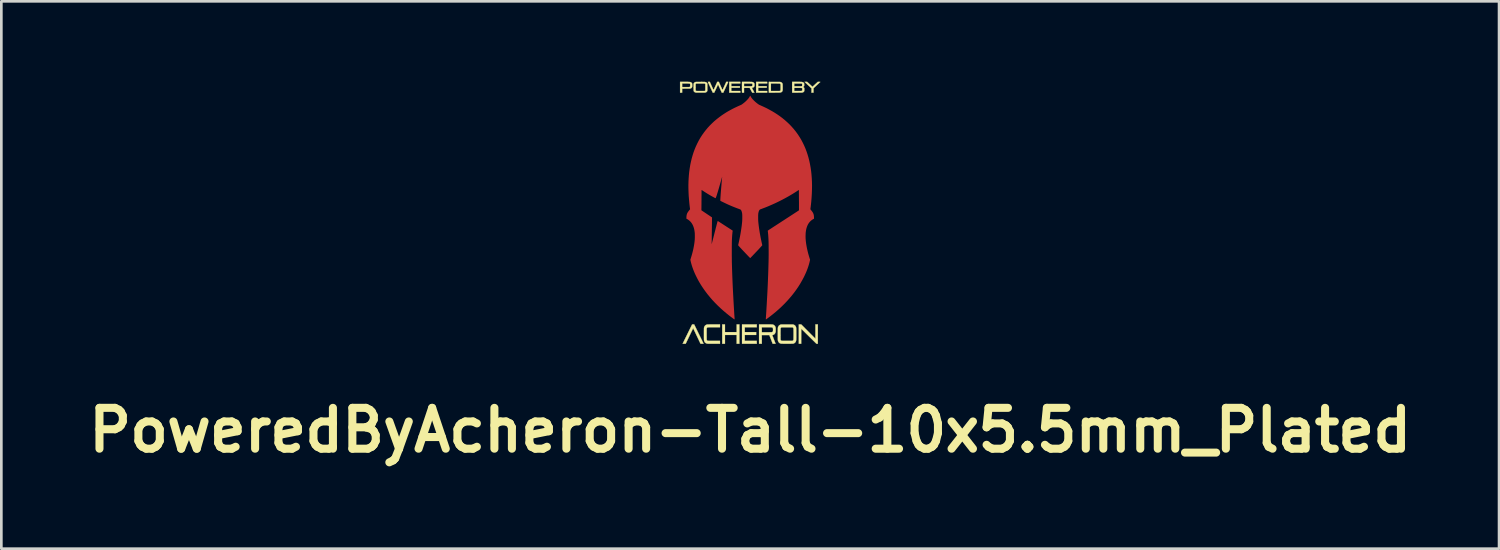
<source format=kicad_pcb>
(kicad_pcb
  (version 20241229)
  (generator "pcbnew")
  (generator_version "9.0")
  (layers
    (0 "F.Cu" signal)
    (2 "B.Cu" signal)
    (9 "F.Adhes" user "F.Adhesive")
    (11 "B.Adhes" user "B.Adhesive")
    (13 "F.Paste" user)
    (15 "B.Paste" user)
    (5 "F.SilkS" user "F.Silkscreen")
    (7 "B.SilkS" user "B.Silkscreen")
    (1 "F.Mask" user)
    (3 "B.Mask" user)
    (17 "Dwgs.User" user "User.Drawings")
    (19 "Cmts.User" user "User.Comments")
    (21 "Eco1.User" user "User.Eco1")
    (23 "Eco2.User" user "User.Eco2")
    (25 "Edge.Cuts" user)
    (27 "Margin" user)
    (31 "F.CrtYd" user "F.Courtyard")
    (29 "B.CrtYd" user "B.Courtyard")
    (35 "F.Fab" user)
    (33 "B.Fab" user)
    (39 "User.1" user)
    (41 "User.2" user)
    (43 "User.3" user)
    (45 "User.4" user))
  (footprint "PoweredByAcheron-Tall-10x5.5mm_Plated"
    (layer "F.Cu")
    (at 24.936 4.889)
    (property "Reference" "PoweredByAcheron-Tall-10x5.5mm_Plated" (at 0 8.11 0) (layer "F.SilkS") (effects (font (size 1.524 1.524) (thickness 0.3))))
    (attr through_hole)
    (fp_poly (pts (xy -0.942 4.45) (xy -0.505 4.45) (xy -0.505 4.163) (xy -0.404 4.163) (xy -0.404 4.884) (xy -0.505 4.884) (xy -0.505 4.556) (xy -0.942 4.556) (xy -0.942 4.884) (xy -1.044 4.884) (xy -1.044 4.163) (xy -0.942 4.163) (xy -0.942 4.45)) (stroke (width 0.01) (type solid)) (fill yes) (layer "F.SilkS"))
    (fp_poly (pts (xy 0.244 4.269) (xy -0.203 4.269) (xy -0.203 4.45) (xy 0.221 4.45) (xy 0.221 4.556) (xy -0.203 4.556) (xy -0.203 4.777) (xy 0.244 4.777) (xy 0.244 4.884) (xy -0.305 4.884) (xy -0.305 4.163) (xy 0.244 4.163) (xy 0.244 4.269)) (stroke (width 0.01) (type solid)) (fill yes) (layer "F.SilkS"))
    (fp_poly (pts (xy 0.632 -4.826) (xy 0.297 -4.826) (xy 0.297 -4.724) (xy 0.615 -4.724) (xy 0.615 -4.666) (xy 0.297 -4.666) (xy 0.297 -4.544) (xy 0.632 -4.544) (xy 0.632 -4.483) (xy 0.221 -4.483) (xy 0.221 -4.884) (xy 0.632 -4.884) (xy 0.632 -4.826)) (stroke (width 0.01) (type solid)) (fill yes) (layer "F.SilkS"))
    (fp_poly (pts (xy -0.371 -4.826) (xy -0.706 -4.826) (xy -0.706 -4.724) (xy -0.386 -4.724) (xy -0.387 -4.695) (xy -0.387 -4.667) (xy -0.706 -4.665) (xy -0.706 -4.544) (xy -0.371 -4.544) (xy -0.371 -4.483) (xy -0.782 -4.483) (xy -0.782 -4.884) (xy -0.371 -4.884) (xy -0.371 -4.826)) (stroke (width 0.01) (type solid)) (fill yes) (layer "F.SilkS"))
    (fp_poly (pts (xy 2.433 4.697) (xy 2.433 4.43) (xy 2.433 4.163) (xy 2.522 4.163) (xy 2.522 4.884) (xy 2.496 4.883) (xy 2.47 4.883) (xy 2.187 4.604) (xy 1.904 4.325) (xy 1.903 4.604) (xy 1.902 4.884) (xy 1.813 4.884) (xy 1.813 4.163) (xy 1.857 4.163) (xy 1.901 4.163) (xy 2.433 4.697)) (stroke (width 0.01) (type solid)) (fill yes) (layer "F.SilkS"))
    (fp_poly (pts (xy 2.215 -4.801) (xy 2.233 -4.784) (xy 2.251 -4.768) (xy 2.267 -4.753) (xy 2.281 -4.74) (xy 2.294 -4.728) (xy 2.303 -4.719) (xy 2.31 -4.713) (xy 2.314 -4.71) (xy 2.323 -4.701) (xy 2.421 -4.793) (xy 2.52 -4.884) (xy 2.569 -4.884) (xy 2.585 -4.884) (xy 2.598 -4.884) (xy 2.606 -4.883) (xy 2.611 -4.883) (xy 2.613 -4.882) (xy 2.614 -4.881) (xy 2.612 -4.88) (xy 2.612 -4.879) (xy 2.609 -4.877) (xy 2.603 -4.871) (xy 2.594 -4.863) (xy 2.582 -4.852) (xy 2.567 -4.839) (xy 2.551 -4.823) (xy 2.533 -4.806) (xy 2.513 -4.788) (xy 2.492 -4.769) (xy 2.484 -4.761) (xy 2.362 -4.647) (xy 2.361 -4.566) (xy 2.361 -4.484) (xy 2.323 -4.483) (xy 2.286 -4.483) (xy 2.286 -4.645) (xy 2.251 -4.677) (xy 2.241 -4.686) (xy 2.229 -4.698) (xy 2.214 -4.712) (xy 2.197 -4.728) (xy 2.178 -4.745) (xy 2.159 -4.763) (xy 2.14 -4.78) (xy 2.131 -4.789) (xy 2.113 -4.805) (xy 2.096 -4.821) (xy 2.08 -4.835) (xy 2.067 -4.848) (xy 2.055 -4.859) (xy 2.046 -4.867) (xy 2.039 -4.873) (xy 2.037 -4.875) (xy 2.028 -4.884) (xy 2.125 -4.884) (xy 2.215 -4.801)) (stroke (width 0.01) (type solid)) (fill yes) (layer "F.SilkS"))
    (fp_poly (pts (xy -1.917 4.52) (xy -1.897 4.56) (xy -1.878 4.599) (xy -1.86 4.636) (xy -1.842 4.672) (xy -1.826 4.705) (xy -1.81 4.737) (xy -1.796 4.766) (xy -1.783 4.792) (xy -1.772 4.816) (xy -1.762 4.836) (xy -1.754 4.853) (xy -1.748 4.866) (xy -1.743 4.875) (xy -1.741 4.88) (xy -1.741 4.88) (xy -1.741 4.882) (xy -1.743 4.882) (xy -1.748 4.883) (xy -1.756 4.884) (xy -1.767 4.884) (xy -1.783 4.884) (xy -1.796 4.884) (xy -1.853 4.884) (xy -1.99 4.595) (xy -2.007 4.559) (xy -2.024 4.524) (xy -2.039 4.491) (xy -2.054 4.46) (xy -2.068 4.43) (xy -2.081 4.404) (xy -2.093 4.38) (xy -2.103 4.359) (xy -2.112 4.341) (xy -2.119 4.326) (xy -2.124 4.316) (xy -2.127 4.309) (xy -2.129 4.307) (xy -2.129 4.307) (xy -2.13 4.31) (xy -2.134 4.316) (xy -2.139 4.327) (xy -2.146 4.342) (xy -2.155 4.36) (xy -2.165 4.381) (xy -2.177 4.405) (xy -2.19 4.432) (xy -2.204 4.461) (xy -2.219 4.492) (xy -2.235 4.525) (xy -2.252 4.56) (xy -2.269 4.596) (xy -2.269 4.596) (xy -2.407 4.883) (xy -2.463 4.883) (xy -2.48 4.883) (xy -2.494 4.883) (xy -2.506 4.883) (xy -2.514 4.883) (xy -2.519 4.882) (xy -2.519 4.882) (xy -2.518 4.88) (xy -2.515 4.873) (xy -2.51 4.862) (xy -2.503 4.847) (xy -2.494 4.829) (xy -2.483 4.808) (xy -2.471 4.783) (xy -2.458 4.755) (xy -2.443 4.725) (xy -2.427 4.693) (xy -2.41 4.658) (xy -2.392 4.622) (xy -2.373 4.584) (xy -2.354 4.545) (xy -2.343 4.522) (xy -2.167 4.164) (xy -2.129 4.163) (xy -2.091 4.163) (xy -1.917 4.52)) (stroke (width 0.01) (type solid)) (fill yes) (layer "F.SilkS"))
    (fp_poly (pts (xy -2.439 -4.884) (xy -2.402 -4.884) (xy -2.371 -4.884) (xy -2.343 -4.884) (xy -2.32 -4.884) (xy -2.3 -4.883) (xy -2.283 -4.883) (xy -2.269 -4.882) (xy -2.258 -4.881) (xy -2.248 -4.88) (xy -2.24 -4.879) (xy -2.233 -4.878) (xy -2.227 -4.876) (xy -2.222 -4.874) (xy -2.216 -4.871) (xy -2.211 -4.869) (xy -2.21 -4.869) (xy -2.195 -4.859) (xy -2.182 -4.846) (xy -2.171 -4.832) (xy -2.167 -4.822) (xy -2.165 -4.813) (xy -2.164 -4.801) (xy -2.163 -4.785) (xy -2.162 -4.768) (xy -2.162 -4.75) (xy -2.163 -4.733) (xy -2.164 -4.717) (xy -2.165 -4.704) (xy -2.167 -4.695) (xy -2.167 -4.694) (xy -2.176 -4.676) (xy -2.189 -4.661) (xy -2.205 -4.649) (xy -2.206 -4.648) (xy -2.212 -4.645) (xy -2.218 -4.642) (xy -2.224 -4.64) (xy -2.23 -4.638) (xy -2.237 -4.637) (xy -2.246 -4.635) (xy -2.256 -4.634) (xy -2.269 -4.634) (xy -2.284 -4.633) (xy -2.303 -4.633) (xy -2.325 -4.633) (xy -2.351 -4.633) (xy -2.381 -4.633) (xy -2.397 -4.633) (xy -2.54 -4.632) (xy -2.54 -4.483) (xy -2.616 -4.483) (xy -2.616 -4.691) (xy -2.54 -4.691) (xy -2.407 -4.691) (xy -2.377 -4.691) (xy -2.352 -4.691) (xy -2.331 -4.691) (xy -2.314 -4.691) (xy -2.3 -4.692) (xy -2.289 -4.692) (xy -2.281 -4.692) (xy -2.274 -4.693) (xy -2.269 -4.694) (xy -2.265 -4.694) (xy -2.262 -4.695) (xy -2.262 -4.695) (xy -2.254 -4.698) (xy -2.248 -4.702) (xy -2.244 -4.706) (xy -2.242 -4.712) (xy -2.24 -4.721) (xy -2.239 -4.734) (xy -2.239 -4.75) (xy -2.239 -4.757) (xy -2.239 -4.775) (xy -2.239 -4.788) (xy -2.241 -4.798) (xy -2.243 -4.805) (xy -2.246 -4.81) (xy -2.251 -4.814) (xy -2.257 -4.818) (xy -2.259 -4.819) (xy -2.262 -4.82) (xy -2.264 -4.821) (xy -2.268 -4.822) (xy -2.272 -4.823) (xy -2.278 -4.823) (xy -2.287 -4.824) (xy -2.297 -4.824) (xy -2.311 -4.824) (xy -2.328 -4.824) (xy -2.348 -4.825) (xy -2.373 -4.825) (xy -2.403 -4.825) (xy -2.405 -4.825) (xy -2.54 -4.826) (xy -2.54 -4.691) (xy -2.616 -4.691) (xy -2.616 -4.884) (xy -2.439 -4.884)) (stroke (width 0.01) (type solid)) (fill yes) (layer "F.SilkS"))
    (fp_poly (pts (xy 0.906 -4.883) (xy 1.116 -4.883) (xy 1.137 -4.876) (xy 1.159 -4.868) (xy 1.176 -4.857) (xy 1.189 -4.845) (xy 1.199 -4.829) (xy 1.205 -4.815) (xy 1.206 -4.811) (xy 1.207 -4.806) (xy 1.208 -4.802) (xy 1.209 -4.795) (xy 1.209 -4.788) (xy 1.21 -4.778) (xy 1.21 -4.765) (xy 1.21 -4.749) (xy 1.211 -4.73) (xy 1.211 -4.706) (xy 1.211 -4.694) (xy 1.211 -4.664) (xy 1.211 -4.639) (xy 1.211 -4.618) (xy 1.211 -4.601) (xy 1.21 -4.586) (xy 1.209 -4.575) (xy 1.208 -4.565) (xy 1.206 -4.557) (xy 1.204 -4.549) (xy 1.202 -4.543) (xy 1.201 -4.541) (xy 1.194 -4.529) (xy 1.183 -4.517) (xy 1.17 -4.507) (xy 1.157 -4.499) (xy 1.152 -4.497) (xy 1.146 -4.494) (xy 1.141 -4.492) (xy 1.135 -4.491) (xy 1.129 -4.489) (xy 1.121 -4.488) (xy 1.113 -4.487) (xy 1.102 -4.486) (xy 1.089 -4.486) (xy 1.074 -4.485) (xy 1.055 -4.485) (xy 1.034 -4.484) (xy 1.009 -4.484) (xy 0.98 -4.484) (xy 0.947 -4.484) (xy 0.909 -4.483) (xy 0.901 -4.483) (xy 0.696 -4.482) (xy 0.696 -4.543) (xy 0.772 -4.543) (xy 0.935 -4.544) (xy 1.098 -4.545) (xy 1.111 -4.551) (xy 1.116 -4.554) (xy 1.121 -4.556) (xy 1.124 -4.559) (xy 1.127 -4.563) (xy 1.13 -4.567) (xy 1.131 -4.574) (xy 1.132 -4.583) (xy 1.133 -4.594) (xy 1.134 -4.608) (xy 1.134 -4.626) (xy 1.134 -4.648) (xy 1.134 -4.674) (xy 1.134 -4.683) (xy 1.134 -4.711) (xy 1.134 -4.733) (xy 1.134 -4.752) (xy 1.133 -4.767) (xy 1.133 -4.779) (xy 1.132 -4.788) (xy 1.131 -4.795) (xy 1.129 -4.8) (xy 1.127 -4.804) (xy 1.125 -4.807) (xy 1.122 -4.81) (xy 1.119 -4.813) (xy 1.116 -4.815) (xy 1.113 -4.817) (xy 1.109 -4.818) (xy 1.105 -4.82) (xy 1.099 -4.821) (xy 1.092 -4.822) (xy 1.083 -4.823) (xy 1.071 -4.823) (xy 1.057 -4.824) (xy 1.039 -4.824) (xy 1.018 -4.824) (xy 0.993 -4.824) (xy 0.964 -4.825) (xy 0.933 -4.825) (xy 0.772 -4.826) (xy 0.772 -4.543) (xy 0.696 -4.543) (xy 0.696 -4.884) (xy 0.906 -4.883)) (stroke (width 0.01) (type solid)) (fill yes) (layer "F.SilkS"))
    (fp_poly (pts (xy -0.089 -4.884) (xy -0.058 -4.884) (xy -0.031 -4.884) (xy -0.008 -4.884) (xy 0.011 -4.883) (xy 0.027 -4.883) (xy 0.04 -4.883) (xy 0.051 -4.883) (xy 0.06 -4.882) (xy 0.067 -4.882) (xy 0.072 -4.881) (xy 0.077 -4.88) (xy 0.078 -4.88) (xy 0.102 -4.873) (xy 0.122 -4.863) (xy 0.138 -4.85) (xy 0.149 -4.833) (xy 0.152 -4.828) (xy 0.155 -4.823) (xy 0.156 -4.818) (xy 0.158 -4.812) (xy 0.158 -4.805) (xy 0.159 -4.795) (xy 0.159 -4.782) (xy 0.159 -4.773) (xy 0.159 -4.758) (xy 0.158 -4.747) (xy 0.158 -4.738) (xy 0.157 -4.732) (xy 0.156 -4.727) (xy 0.153 -4.721) (xy 0.152 -4.718) (xy 0.143 -4.702) (xy 0.133 -4.69) (xy 0.12 -4.681) (xy 0.104 -4.673) (xy 0.084 -4.667) (xy 0.062 -4.662) (xy 0.107 -4.575) (xy 0.118 -4.556) (xy 0.127 -4.538) (xy 0.135 -4.522) (xy 0.143 -4.508) (xy 0.148 -4.497) (xy 0.152 -4.49) (xy 0.154 -4.486) (xy 0.154 -4.486) (xy 0.154 -4.485) (xy 0.15 -4.484) (xy 0.143 -4.483) (xy 0.133 -4.483) (xy 0.118 -4.483) (xy 0.115 -4.483) (xy 0.075 -4.483) (xy -0.02 -4.662) (xy -0.23 -4.662) (xy -0.231 -4.572) (xy -0.231 -4.483) (xy -0.268 -4.483) (xy -0.281 -4.483) (xy -0.292 -4.483) (xy -0.3 -4.484) (xy -0.305 -4.484) (xy -0.306 -4.484) (xy -0.306 -4.487) (xy -0.306 -4.495) (xy -0.306 -4.506) (xy -0.307 -4.522) (xy -0.307 -4.541) (xy -0.307 -4.563) (xy -0.307 -4.588) (xy -0.307 -4.616) (xy -0.307 -4.645) (xy -0.307 -4.676) (xy -0.307 -4.685) (xy -0.307 -4.721) (xy -0.231 -4.721) (xy -0.092 -4.721) (xy -0.062 -4.722) (xy -0.036 -4.722) (xy -0.014 -4.722) (xy 0.004 -4.722) (xy 0.018 -4.722) (xy 0.03 -4.722) (xy 0.039 -4.723) (xy 0.046 -4.723) (xy 0.051 -4.724) (xy 0.055 -4.725) (xy 0.059 -4.726) (xy 0.059 -4.726) (xy 0.069 -4.73) (xy 0.075 -4.735) (xy 0.08 -4.742) (xy 0.082 -4.752) (xy 0.083 -4.766) (xy 0.083 -4.769) (xy 0.083 -4.785) (xy 0.082 -4.797) (xy 0.079 -4.806) (xy 0.074 -4.812) (xy 0.067 -4.818) (xy 0.066 -4.818) (xy 0.055 -4.824) (xy -0.23 -4.824) (xy -0.231 -4.773) (xy -0.231 -4.721) (xy -0.307 -4.721) (xy -0.307 -4.884) (xy -0.124 -4.884) (xy -0.089 -4.884)) (stroke (width 0.01) (type solid)) (fill yes) (layer "F.SilkS"))
    (fp_poly (pts (xy -1.128 4.269) (xy -1.356 4.27) (xy -1.584 4.271) (xy -1.594 4.276) (xy -1.607 4.286) (xy -1.617 4.299) (xy -1.622 4.311) (xy -1.622 4.314) (xy -1.623 4.318) (xy -1.624 4.323) (xy -1.624 4.33) (xy -1.624 4.338) (xy -1.625 4.349) (xy -1.625 4.363) (xy -1.625 4.379) (xy -1.625 4.399) (xy -1.625 4.422) (xy -1.625 4.45) (xy -1.625 4.481) (xy -1.625 4.518) (xy -1.625 4.529) (xy -1.625 4.566) (xy -1.625 4.598) (xy -1.624 4.626) (xy -1.624 4.65) (xy -1.624 4.67) (xy -1.624 4.687) (xy -1.624 4.701) (xy -1.623 4.712) (xy -1.623 4.721) (xy -1.623 4.728) (xy -1.622 4.733) (xy -1.621 4.737) (xy -1.621 4.74) (xy -1.62 4.742) (xy -1.62 4.743) (xy -1.612 4.756) (xy -1.602 4.765) (xy -1.592 4.771) (xy -1.59 4.772) (xy -1.588 4.772) (xy -1.586 4.773) (xy -1.582 4.774) (xy -1.578 4.774) (xy -1.572 4.775) (xy -1.564 4.775) (xy -1.555 4.775) (xy -1.542 4.776) (xy -1.528 4.776) (xy -1.51 4.776) (xy -1.489 4.776) (xy -1.464 4.776) (xy -1.435 4.776) (xy -1.401 4.777) (xy -1.363 4.777) (xy -1.354 4.777) (xy -1.128 4.777) (xy -1.128 4.884) (xy -1.358 4.884) (xy -1.392 4.883) (xy -1.425 4.883) (xy -1.456 4.883) (xy -1.484 4.883) (xy -1.511 4.883) (xy -1.534 4.883) (xy -1.554 4.883) (xy -1.571 4.883) (xy -1.584 4.882) (xy -1.592 4.882) (xy -1.596 4.882) (xy -1.596 4.882) (xy -1.622 4.876) (xy -1.646 4.867) (xy -1.667 4.854) (xy -1.685 4.839) (xy -1.692 4.831) (xy -1.701 4.818) (xy -1.709 4.802) (xy -1.716 4.784) (xy -1.721 4.767) (xy -1.721 4.766) (xy -1.722 4.762) (xy -1.723 4.758) (xy -1.723 4.753) (xy -1.724 4.747) (xy -1.724 4.739) (xy -1.725 4.73) (xy -1.725 4.718) (xy -1.725 4.705) (xy -1.725 4.688) (xy -1.726 4.668) (xy -1.726 4.645) (xy -1.726 4.618) (xy -1.726 4.587) (xy -1.726 4.551) (xy -1.726 4.522) (xy -1.726 4.483) (xy -1.726 4.448) (xy -1.726 4.418) (xy -1.726 4.392) (xy -1.725 4.37) (xy -1.725 4.351) (xy -1.725 4.336) (xy -1.725 4.322) (xy -1.725 4.312) (xy -1.724 4.303) (xy -1.724 4.296) (xy -1.723 4.29) (xy -1.723 4.286) (xy -1.722 4.282) (xy -1.721 4.28) (xy -1.713 4.252) (xy -1.7 4.228) (xy -1.684 4.208) (xy -1.665 4.191) (xy -1.641 4.178) (xy -1.624 4.171) (xy -1.604 4.164) (xy -1.366 4.163) (xy -1.128 4.162) (xy -1.128 4.269)) (stroke (width 0.01) (type solid)) (fill yes) (layer "F.SilkS"))
    (fp_poly (pts (xy -1.104 -4.733) (xy -1.092 -4.707) (xy -1.081 -4.683) (xy -1.07 -4.66) (xy -1.061 -4.639) (xy -1.053 -4.621) (xy -1.046 -4.606) (xy -1.04 -4.594) (xy -1.036 -4.586) (xy -1.034 -4.582) (xy -1.034 -4.581) (xy -1.033 -4.583) (xy -1.03 -4.589) (xy -1.025 -4.599) (xy -1.018 -4.613) (xy -1.01 -4.63) (xy -1.001 -4.649) (xy -0.991 -4.671) (xy -0.98 -4.695) (xy -0.968 -4.72) (xy -0.963 -4.732) (xy -0.893 -4.884) (xy -0.857 -4.884) (xy -0.842 -4.884) (xy -0.832 -4.884) (xy -0.826 -4.883) (xy -0.822 -4.882) (xy -0.821 -4.881) (xy -0.821 -4.88) (xy -0.823 -4.877) (xy -0.826 -4.87) (xy -0.831 -4.859) (xy -0.838 -4.844) (xy -0.846 -4.827) (xy -0.855 -4.806) (xy -0.866 -4.783) (xy -0.878 -4.757) (xy -0.89 -4.73) (xy -0.904 -4.701) (xy -0.914 -4.679) (xy -1.004 -4.483) (xy -1.061 -4.483) (xy -1.13 -4.637) (xy -1.144 -4.667) (xy -1.156 -4.693) (xy -1.166 -4.715) (xy -1.175 -4.734) (xy -1.182 -4.749) (xy -1.187 -4.761) (xy -1.192 -4.77) (xy -1.195 -4.776) (xy -1.198 -4.781) (xy -1.2 -4.784) (xy -1.201 -4.785) (xy -1.202 -4.785) (xy -1.203 -4.784) (xy -1.203 -4.783) (xy -1.205 -4.78) (xy -1.208 -4.772) (xy -1.213 -4.76) (xy -1.22 -4.746) (xy -1.228 -4.728) (xy -1.238 -4.707) (xy -1.248 -4.685) (xy -1.259 -4.661) (xy -1.271 -4.635) (xy -1.273 -4.63) (xy -1.341 -4.484) (xy -1.368 -4.483) (xy -1.396 -4.482) (xy -1.4 -4.492) (xy -1.403 -4.498) (xy -1.408 -4.507) (xy -1.414 -4.52) (xy -1.421 -4.536) (xy -1.43 -4.555) (xy -1.439 -4.576) (xy -1.45 -4.599) (xy -1.461 -4.623) (xy -1.473 -4.648) (xy -1.484 -4.674) (xy -1.496 -4.7) (xy -1.508 -4.726) (xy -1.52 -4.751) (xy -1.531 -4.776) (xy -1.541 -4.798) (xy -1.551 -4.819) (xy -1.559 -4.838) (xy -1.567 -4.854) (xy -1.573 -4.867) (xy -1.577 -4.876) (xy -1.579 -4.881) (xy -1.58 -4.883) (xy -1.577 -4.883) (xy -1.571 -4.883) (xy -1.561 -4.884) (xy -1.549 -4.884) (xy -1.544 -4.884) (xy -1.507 -4.884) (xy -1.439 -4.733) (xy -1.427 -4.707) (xy -1.416 -4.682) (xy -1.405 -4.659) (xy -1.396 -4.638) (xy -1.388 -4.62) (xy -1.381 -4.605) (xy -1.375 -4.593) (xy -1.371 -4.585) (xy -1.369 -4.581) (xy -1.369 -4.58) (xy -1.368 -4.583) (xy -1.365 -4.589) (xy -1.36 -4.599) (xy -1.353 -4.613) (xy -1.345 -4.63) (xy -1.336 -4.649) (xy -1.326 -4.671) (xy -1.315 -4.695) (xy -1.303 -4.72) (xy -1.298 -4.732) (xy -1.229 -4.884) (xy -1.171 -4.884) (xy -1.104 -4.733)) (stroke (width 0.01) (type solid)) (fill yes) (layer "F.SilkS"))
    (fp_poly (pts (xy 0.651 4.163) (xy 0.685 4.163) (xy 0.714 4.163) (xy 0.739 4.163) (xy 0.761 4.163) (xy 0.779 4.164) (xy 0.795 4.164) (xy 0.809 4.165) (xy 0.82 4.165) (xy 0.829 4.166) (xy 0.837 4.168) (xy 0.844 4.169) (xy 0.85 4.171) (xy 0.855 4.173) (xy 0.861 4.175) (xy 0.866 4.177) (xy 0.872 4.18) (xy 0.873 4.18) (xy 0.894 4.194) (xy 0.913 4.211) (xy 0.928 4.231) (xy 0.94 4.256) (xy 0.946 4.277) (xy 0.948 4.283) (xy 0.949 4.29) (xy 0.95 4.298) (xy 0.95 4.308) (xy 0.951 4.32) (xy 0.951 4.336) (xy 0.951 4.355) (xy 0.951 4.365) (xy 0.951 4.385) (xy 0.951 4.401) (xy 0.951 4.414) (xy 0.95 4.424) (xy 0.95 4.431) (xy 0.949 4.438) (xy 0.947 4.444) (xy 0.946 4.45) (xy 0.944 4.456) (xy 0.934 4.482) (xy 0.922 4.504) (xy 0.907 4.522) (xy 0.89 4.537) (xy 0.887 4.539) (xy 0.878 4.543) (xy 0.867 4.548) (xy 0.855 4.553) (xy 0.843 4.556) (xy 0.834 4.558) (xy 0.829 4.559) (xy 0.824 4.56) (xy 0.823 4.562) (xy 0.824 4.565) (xy 0.826 4.572) (xy 0.831 4.584) (xy 0.836 4.598) (xy 0.843 4.616) (xy 0.851 4.637) (xy 0.86 4.66) (xy 0.869 4.685) (xy 0.879 4.711) (xy 0.885 4.725) (xy 0.947 4.884) (xy 0.892 4.883) (xy 0.838 4.883) (xy 0.713 4.561) (xy 0.432 4.561) (xy 0.432 4.884) (xy 0.33 4.884) (xy 0.33 4.269) (xy 0.432 4.269) (xy 0.432 4.455) (xy 0.615 4.455) (xy 0.651 4.455) (xy 0.682 4.455) (xy 0.709 4.455) (xy 0.731 4.454) (xy 0.75 4.454) (xy 0.766 4.454) (xy 0.779 4.454) (xy 0.789 4.453) (xy 0.797 4.453) (xy 0.803 4.452) (xy 0.808 4.452) (xy 0.811 4.451) (xy 0.812 4.451) (xy 0.825 4.445) (xy 0.834 4.438) (xy 0.84 4.432) (xy 0.844 4.424) (xy 0.847 4.415) (xy 0.849 4.403) (xy 0.85 4.388) (xy 0.851 4.369) (xy 0.851 4.362) (xy 0.851 4.342) (xy 0.85 4.326) (xy 0.848 4.314) (xy 0.846 4.304) (xy 0.842 4.296) (xy 0.837 4.289) (xy 0.834 4.286) (xy 0.831 4.283) (xy 0.828 4.28) (xy 0.825 4.278) (xy 0.821 4.276) (xy 0.816 4.275) (xy 0.811 4.273) (xy 0.803 4.272) (xy 0.794 4.271) (xy 0.782 4.271) (xy 0.767 4.27) (xy 0.75 4.27) (xy 0.729 4.269) (xy 0.704 4.269) (xy 0.675 4.269) (xy 0.642 4.269) (xy 0.432 4.269) (xy 0.33 4.269) (xy 0.33 4.163) (xy 0.572 4.163) (xy 0.614 4.163) (xy 0.651 4.163)) (stroke (width 0.01) (type solid)) (fill yes) (layer "F.SilkS"))
    (fp_poly (pts (xy -1.765 -4.883) (xy -1.74 -4.883) (xy -1.719 -4.883) (xy -1.703 -4.883) (xy -1.692 -4.882) (xy -1.686 -4.881) (xy -1.662 -4.876) (xy -1.641 -4.867) (xy -1.624 -4.855) (xy -1.611 -4.84) (xy -1.606 -4.832) (xy -1.599 -4.817) (xy -1.599 -4.552) (xy -1.605 -4.538) (xy -1.616 -4.522) (xy -1.63 -4.508) (xy -1.648 -4.497) (xy -1.67 -4.489) (xy -1.67 -4.488) (xy -1.674 -4.488) (xy -1.678 -4.487) (xy -1.683 -4.486) (xy -1.69 -4.486) (xy -1.699 -4.485) (xy -1.71 -4.485) (xy -1.723 -4.485) (xy -1.74 -4.484) (xy -1.76 -4.484) (xy -1.784 -4.484) (xy -1.813 -4.484) (xy -1.844 -4.484) (xy -1.872 -4.484) (xy -1.899 -4.484) (xy -1.924 -4.484) (xy -1.946 -4.484) (xy -1.966 -4.484) (xy -1.983 -4.484) (xy -1.996 -4.484) (xy -2.005 -4.484) (xy -2.01 -4.484) (xy -2.01 -4.484) (xy -2.034 -4.488) (xy -2.055 -4.494) (xy -2.071 -4.502) (xy -2.085 -4.512) (xy -2.091 -4.518) (xy -2.095 -4.523) (xy -2.099 -4.528) (xy -2.102 -4.532) (xy -2.105 -4.537) (xy -2.107 -4.543) (xy -2.109 -4.551) (xy -2.11 -4.56) (xy -2.111 -4.571) (xy -2.111 -4.586) (xy -2.112 -4.603) (xy -2.112 -4.624) (xy -2.112 -4.649) (xy -2.112 -4.679) (xy -2.112 -4.686) (xy -2.112 -4.692) (xy -2.037 -4.692) (xy -2.037 -4.685) (xy -2.037 -4.657) (xy -2.037 -4.633) (xy -2.037 -4.614) (xy -2.036 -4.598) (xy -2.036 -4.586) (xy -2.035 -4.576) (xy -2.034 -4.569) (xy -2.033 -4.564) (xy -2.031 -4.56) (xy -2.029 -4.557) (xy -2.027 -4.555) (xy -2.026 -4.554) (xy -2.023 -4.552) (xy -2.02 -4.55) (xy -2.017 -4.549) (xy -2.013 -4.547) (xy -2.007 -4.546) (xy -1.999 -4.546) (xy -1.99 -4.545) (xy -1.977 -4.545) (xy -1.962 -4.544) (xy -1.944 -4.544) (xy -1.922 -4.544) (xy -1.895 -4.544) (xy -1.865 -4.544) (xy -1.85 -4.544) (xy -1.698 -4.545) (xy -1.689 -4.551) (xy -1.682 -4.556) (xy -1.677 -4.562) (xy -1.676 -4.563) (xy -1.676 -4.567) (xy -1.675 -4.574) (xy -1.675 -4.585) (xy -1.674 -4.599) (xy -1.674 -4.618) (xy -1.674 -4.642) (xy -1.674 -4.67) (xy -1.674 -4.688) (xy -1.675 -4.805) (xy -1.681 -4.811) (xy -1.684 -4.814) (xy -1.686 -4.816) (xy -1.689 -4.818) (xy -1.693 -4.82) (xy -1.698 -4.821) (xy -1.705 -4.822) (xy -1.714 -4.823) (xy -1.725 -4.823) (xy -1.739 -4.824) (xy -1.756 -4.824) (xy -1.777 -4.824) (xy -1.801 -4.824) (xy -1.83 -4.824) (xy -1.857 -4.824) (xy -2.008 -4.824) (xy -2.019 -4.818) (xy -2.023 -4.816) (xy -2.026 -4.814) (xy -2.029 -4.811) (xy -2.031 -4.808) (xy -2.033 -4.803) (xy -2.035 -4.796) (xy -2.036 -4.787) (xy -2.036 -4.775) (xy -2.037 -4.76) (xy -2.037 -4.742) (xy -2.037 -4.719) (xy -2.037 -4.692) (xy -2.112 -4.692) (xy -2.112 -4.715) (xy -2.112 -4.739) (xy -2.112 -4.759) (xy -2.112 -4.776) (xy -2.111 -4.789) (xy -2.111 -4.799) (xy -2.111 -4.807) (xy -2.11 -4.813) (xy -2.109 -4.818) (xy -2.108 -4.821) (xy -2.107 -4.824) (xy -2.107 -4.824) (xy -2.098 -4.841) (xy -2.087 -4.854) (xy -2.074 -4.864) (xy -2.056 -4.873) (xy -2.048 -4.876) (xy -2.028 -4.883) (xy -1.866 -4.883) (xy -1.828 -4.884) (xy -1.794 -4.884) (xy -1.765 -4.883)) (stroke (width 0.01) (type solid)) (fill yes) (layer "F.SilkS"))
    (fp_poly (pts (xy 1.777 -4.884) (xy 1.808 -4.884) (xy 1.834 -4.884) (xy 1.857 -4.884) (xy 1.876 -4.883) (xy 1.892 -4.883) (xy 1.905 -4.883) (xy 1.915 -4.882) (xy 1.924 -4.882) (xy 1.93 -4.881) (xy 1.935 -4.88) (xy 1.936 -4.88) (xy 1.959 -4.874) (xy 1.977 -4.866) (xy 1.991 -4.856) (xy 2.002 -4.843) (xy 2.006 -4.836) (xy 2.008 -4.83) (xy 2.01 -4.825) (xy 2.012 -4.819) (xy 2.013 -4.811) (xy 2.013 -4.8) (xy 2.014 -4.786) (xy 2.014 -4.784) (xy 2.014 -4.768) (xy 2.014 -4.756) (xy 2.013 -4.746) (xy 2.012 -4.739) (xy 2.01 -4.735) (xy 2.004 -4.721) (xy 1.994 -4.709) (xy 1.983 -4.7) (xy 1.98 -4.698) (xy 1.97 -4.694) (xy 1.981 -4.689) (xy 1.995 -4.681) (xy 2.006 -4.67) (xy 2.014 -4.657) (xy 2.015 -4.655) (xy 2.017 -4.65) (xy 2.018 -4.644) (xy 2.019 -4.637) (xy 2.019 -4.627) (xy 2.019 -4.613) (xy 2.019 -4.596) (xy 2.019 -4.595) (xy 2.018 -4.579) (xy 2.018 -4.566) (xy 2.017 -4.557) (xy 2.017 -4.55) (xy 2.015 -4.544) (xy 2.014 -4.54) (xy 2.011 -4.534) (xy 2.011 -4.533) (xy 2.001 -4.518) (xy 1.987 -4.506) (xy 1.969 -4.496) (xy 1.947 -4.489) (xy 1.944 -4.488) (xy 1.94 -4.487) (xy 1.934 -4.486) (xy 1.927 -4.486) (xy 1.919 -4.485) (xy 1.908 -4.485) (xy 1.894 -4.485) (xy 1.878 -4.484) (xy 1.858 -4.484) (xy 1.835 -4.484) (xy 1.807 -4.484) (xy 1.775 -4.483) (xy 1.75 -4.483) (xy 1.72 -4.483) (xy 1.691 -4.483) (xy 1.665 -4.483) (xy 1.641 -4.483) (xy 1.619 -4.483) (xy 1.601 -4.483) (xy 1.586 -4.483) (xy 1.575 -4.484) (xy 1.568 -4.484) (xy 1.566 -4.484) (xy 1.566 -4.487) (xy 1.566 -4.494) (xy 1.565 -4.506) (xy 1.565 -4.522) (xy 1.565 -4.541) (xy 1.565 -4.543) (xy 1.641 -4.543) (xy 1.778 -4.544) (xy 1.809 -4.544) (xy 1.834 -4.544) (xy 1.855 -4.545) (xy 1.873 -4.545) (xy 1.887 -4.545) (xy 1.898 -4.546) (xy 1.906 -4.546) (xy 1.913 -4.546) (xy 1.917 -4.547) (xy 1.921 -4.548) (xy 1.923 -4.549) (xy 1.925 -4.549) (xy 1.931 -4.554) (xy 1.936 -4.559) (xy 1.94 -4.565) (xy 1.941 -4.573) (xy 1.942 -4.585) (xy 1.942 -4.601) (xy 1.942 -4.607) (xy 1.942 -4.621) (xy 1.942 -4.631) (xy 1.941 -4.638) (xy 1.94 -4.642) (xy 1.938 -4.645) (xy 1.936 -4.648) (xy 1.935 -4.649) (xy 1.927 -4.654) (xy 1.919 -4.658) (xy 1.918 -4.658) (xy 1.913 -4.658) (xy 1.903 -4.659) (xy 1.889 -4.659) (xy 1.87 -4.66) (xy 1.847 -4.66) (xy 1.819 -4.66) (xy 1.788 -4.66) (xy 1.775 -4.66) (xy 1.641 -4.66) (xy 1.641 -4.543) (xy 1.565 -4.543) (xy 1.565 -4.563) (xy 1.565 -4.588) (xy 1.565 -4.616) (xy 1.565 -4.645) (xy 1.564 -4.676) (xy 1.564 -4.685) (xy 1.564 -4.721) (xy 1.641 -4.721) (xy 1.773 -4.721) (xy 1.799 -4.722) (xy 1.824 -4.722) (xy 1.846 -4.722) (xy 1.867 -4.722) (xy 1.884 -4.722) (xy 1.899 -4.723) (xy 1.909 -4.723) (xy 1.915 -4.724) (xy 1.916 -4.724) (xy 1.924 -4.726) (xy 1.929 -4.729) (xy 1.933 -4.734) (xy 1.935 -4.741) (xy 1.937 -4.752) (xy 1.937 -4.766) (xy 1.937 -4.769) (xy 1.938 -4.785) (xy 1.937 -4.797) (xy 1.936 -4.806) (xy 1.933 -4.812) (xy 1.929 -4.816) (xy 1.923 -4.82) (xy 1.921 -4.821) (xy 1.918 -4.821) (xy 1.914 -4.822) (xy 1.909 -4.823) (xy 1.902 -4.823) (xy 1.893 -4.824) (xy 1.881 -4.824) (xy 1.867 -4.824) (xy 1.848 -4.824) (xy 1.826 -4.824) (xy 1.8 -4.824) (xy 1.778 -4.824) (xy 1.642 -4.824) (xy 1.641 -4.773) (xy 1.641 -4.721) (xy 1.564 -4.721) (xy 1.564 -4.884) (xy 1.741 -4.884) (xy 1.777 -4.884)) (stroke (width 0.01) (type solid)) (fill yes) (layer "F.SilkS"))
    (fp_poly (pts (xy 1.618 4.172) (xy 1.643 4.183) (xy 1.664 4.196) (xy 1.681 4.213) (xy 1.695 4.233) (xy 1.705 4.256) (xy 1.713 4.283) (xy 1.717 4.312) (xy 1.717 4.319) (xy 1.718 4.331) (xy 1.718 4.347) (xy 1.718 4.367) (xy 1.719 4.389) (xy 1.719 4.414) (xy 1.719 4.441) (xy 1.719 4.47) (xy 1.719 4.499) (xy 1.719 4.529) (xy 1.719 4.559) (xy 1.719 4.588) (xy 1.719 4.616) (xy 1.719 4.642) (xy 1.719 4.666) (xy 1.718 4.688) (xy 1.718 4.706) (xy 1.718 4.72) (xy 1.717 4.731) (xy 1.717 4.735) (xy 1.713 4.762) (xy 1.707 4.785) (xy 1.699 4.806) (xy 1.689 4.823) (xy 1.675 4.84) (xy 1.674 4.841) (xy 1.655 4.856) (xy 1.635 4.868) (xy 1.611 4.878) (xy 1.609 4.878) (xy 1.606 4.879) (xy 1.602 4.88) (xy 1.598 4.88) (xy 1.592 4.881) (xy 1.585 4.881) (xy 1.576 4.882) (xy 1.565 4.882) (xy 1.551 4.882) (xy 1.534 4.882) (xy 1.515 4.883) (xy 1.491 4.883) (xy 1.464 4.883) (xy 1.432 4.883) (xy 1.396 4.883) (xy 1.38 4.883) (xy 1.348 4.883) (xy 1.316 4.883) (xy 1.286 4.883) (xy 1.258 4.883) (xy 1.233 4.883) (xy 1.21 4.882) (xy 1.191 4.882) (xy 1.175 4.882) (xy 1.163 4.882) (xy 1.156 4.881) (xy 1.154 4.881) (xy 1.127 4.874) (xy 1.102 4.863) (xy 1.081 4.848) (xy 1.064 4.83) (xy 1.05 4.808) (xy 1.039 4.783) (xy 1.039 4.782) (xy 1.037 4.776) (xy 1.036 4.769) (xy 1.034 4.762) (xy 1.033 4.754) (xy 1.032 4.745) (xy 1.031 4.735) (xy 1.03 4.722) (xy 1.03 4.708) (xy 1.029 4.69) (xy 1.029 4.67) (xy 1.029 4.647) (xy 1.029 4.62) (xy 1.029 4.589) (xy 1.029 4.554) (xy 1.029 4.531) (xy 1.131 4.531) (xy 1.131 4.56) (xy 1.131 4.588) (xy 1.131 4.616) (xy 1.132 4.642) (xy 1.132 4.666) (xy 1.132 4.687) (xy 1.133 4.705) (xy 1.133 4.72) (xy 1.134 4.732) (xy 1.135 4.738) (xy 1.135 4.74) (xy 1.142 4.754) (xy 1.154 4.765) (xy 1.168 4.773) (xy 1.175 4.775) (xy 1.179 4.775) (xy 1.188 4.775) (xy 1.201 4.776) (xy 1.218 4.776) (xy 1.239 4.776) (xy 1.262 4.776) (xy 1.289 4.776) (xy 1.317 4.776) (xy 1.348 4.776) (xy 1.379 4.776) (xy 1.573 4.776) (xy 1.586 4.77) (xy 1.599 4.761) (xy 1.608 4.749) (xy 1.613 4.738) (xy 1.614 4.733) (xy 1.614 4.724) (xy 1.615 4.711) (xy 1.615 4.694) (xy 1.616 4.674) (xy 1.616 4.651) (xy 1.616 4.626) (xy 1.617 4.599) (xy 1.617 4.571) (xy 1.617 4.542) (xy 1.617 4.513) (xy 1.617 4.484) (xy 1.617 4.456) (xy 1.617 4.429) (xy 1.616 4.403) (xy 1.616 4.379) (xy 1.616 4.358) (xy 1.615 4.341) (xy 1.615 4.326) (xy 1.614 4.316) (xy 1.613 4.31) (xy 1.613 4.309) (xy 1.605 4.293) (xy 1.594 4.281) (xy 1.587 4.276) (xy 1.576 4.271) (xy 1.172 4.271) (xy 1.162 4.276) (xy 1.148 4.286) (xy 1.138 4.299) (xy 1.135 4.307) (xy 1.134 4.311) (xy 1.134 4.32) (xy 1.133 4.333) (xy 1.133 4.35) (xy 1.132 4.37) (xy 1.132 4.393) (xy 1.132 4.418) (xy 1.131 4.445) (xy 1.131 4.473) (xy 1.131 4.502) (xy 1.131 4.531) (xy 1.029 4.531) (xy 1.029 4.514) (xy 1.029 4.507) (xy 1.029 4.468) (xy 1.03 4.433) (xy 1.03 4.403) (xy 1.03 4.377) (xy 1.03 4.355) (xy 1.031 4.336) (xy 1.031 4.319) (xy 1.032 4.306) (xy 1.033 4.294) (xy 1.034 4.285) (xy 1.035 4.277) (xy 1.037 4.27) (xy 1.038 4.264) (xy 1.04 4.258) (xy 1.043 4.253) (xy 1.046 4.247) (xy 1.048 4.242) (xy 1.061 4.22) (xy 1.078 4.202) (xy 1.098 4.187) (xy 1.122 4.175) (xy 1.132 4.171) (xy 1.154 4.164) (xy 1.596 4.164) (xy 1.618 4.172)) (stroke (width 0.01) (type solid)) (fill yes) (layer "F.SilkS"))
    (pad "1" smd custom (at 0.02 -1.55) (size 1.524 1.524) (layers "F.Cu" "F.Mask") (options (anchor circle)) (primitives (gr_poly (pts (xy -0.018 -2.811) (xy -0.015 -2.805) (xy -0.011 -2.797) (xy -0.007 -2.788) (xy 0.008 -2.762) (xy 0.028 -2.733) (xy 0.051 -2.703) (xy 0.078 -2.672) (xy 0.108 -2.641) (xy 0.142 -2.608) (xy 0.178 -2.576) (xy 0.216 -2.544) (xy 0.257 -2.513) (xy 0.27 -2.504) (xy 0.282 -2.495) (xy 0.292 -2.488) (xy 0.301 -2.482) (xy 0.311 -2.477) (xy 0.321 -2.471) (xy 0.334 -2.466) (xy 0.35 -2.459) (xy 0.361 -2.454) (xy 0.474 -2.403) (xy 0.586 -2.35) (xy 0.693 -2.293) (xy 0.798 -2.235) (xy 0.899 -2.174) (xy 0.996 -2.111) (xy 1.088 -2.047) (xy 1.177 -1.98) (xy 1.181 -1.977) (xy 1.274 -1.9) (xy 1.363 -1.821) (xy 1.448 -1.74) (xy 1.528 -1.655) (xy 1.604 -1.568) (xy 1.676 -1.479) (xy 1.743 -1.387) (xy 1.768 -1.35) (xy 1.83 -1.254) (xy 1.888 -1.156) (xy 1.941 -1.054) (xy 1.991 -0.95) (xy 2.037 -0.843) (xy 2.078 -0.733) (xy 2.116 -0.62) (xy 2.15 -0.503) (xy 2.18 -0.384) (xy 2.206 -0.262) (xy 2.228 -0.137) (xy 2.247 -0.009) (xy 2.261 0.122) (xy 2.271 0.257) (xy 2.278 0.394) (xy 2.281 0.535) (xy 2.279 0.679) (xy 2.274 0.826) (xy 2.265 0.977) (xy 2.259 1.052) (xy 2.255 1.096) (xy 2.252 1.139) (xy 2.247 1.181) (xy 2.243 1.224) (xy 2.237 1.27) (xy 2.232 1.319) (xy 2.23 1.333) (xy 2.219 1.419) (xy 2.252 1.46) (xy 2.273 1.487) (xy 2.291 1.511) (xy 2.305 1.533) (xy 2.318 1.554) (xy 2.327 1.574) (xy 2.335 1.593) (xy 2.341 1.614) (xy 2.346 1.632) (xy 2.349 1.655) (xy 2.352 1.682) (xy 2.354 1.71) (xy 2.355 1.735) (xy 2.355 1.767) (xy 2.335 1.777) (xy 2.297 1.799) (xy 2.26 1.826) (xy 2.225 1.856) (xy 2.193 1.89) (xy 2.165 1.926) (xy 2.154 1.942) (xy 2.129 1.983) (xy 2.108 2.027) (xy 2.09 2.074) (xy 2.074 2.125) (xy 2.061 2.18) (xy 2.051 2.238) (xy 2.046 2.281) (xy 2.044 2.298) (xy 2.043 2.32) (xy 2.042 2.344) (xy 2.041 2.371) (xy 2.04 2.399) (xy 2.04 2.428) (xy 2.04 2.455) (xy 2.041 2.481) (xy 2.041 2.504) (xy 2.042 2.516) (xy 2.049 2.603) (xy 2.06 2.693) (xy 2.075 2.784) (xy 2.093 2.879) (xy 2.115 2.976) (xy 2.14 3.076) (xy 2.17 3.179) (xy 2.188 3.239) (xy 2.207 3.299) (xy 2.2 3.337) (xy 2.185 3.402) (xy 2.167 3.47) (xy 2.145 3.541) (xy 2.12 3.614) (xy 2.092 3.689) (xy 2.061 3.765) (xy 2.027 3.841) (xy 1.99 3.919) (xy 1.976 3.948) (xy 1.915 4.062) (xy 1.85 4.176) (xy 1.78 4.289) (xy 1.705 4.4) (xy 1.626 4.509) (xy 1.542 4.617) (xy 1.453 4.723) (xy 1.36 4.828) (xy 1.263 4.931) (xy 1.161 5.032) (xy 1.055 5.131) (xy 0.945 5.228) (xy 0.83 5.323) (xy 0.712 5.416) (xy 0.612 5.49) (xy 0.599 5.5) (xy 0.588 5.508) (xy 0.578 5.514) (xy 0.571 5.519) (xy 0.568 5.521) (xy 0.567 5.521) (xy 0.567 5.519) (xy 0.568 5.511) (xy 0.568 5.5) (xy 0.569 5.485) (xy 0.57 5.466) (xy 0.571 5.444) (xy 0.573 5.42) (xy 0.574 5.394) (xy 0.576 5.366) (xy 0.577 5.359) (xy 0.589 5.169) (xy 0.6 4.983) (xy 0.61 4.802) (xy 0.62 4.627) (xy 0.629 4.455) (xy 0.637 4.289) (xy 0.644 4.127) (xy 0.65 3.969) (xy 0.656 3.816) (xy 0.661 3.667) (xy 0.665 3.522) (xy 0.669 3.382) (xy 0.671 3.273) (xy 0.672 3.243) (xy 0.672 3.21) (xy 0.672 3.174) (xy 0.673 3.135) (xy 0.673 3.095) (xy 0.673 3.053) (xy 0.673 3.01) (xy 0.673 2.966) (xy 0.673 2.922) (xy 0.672 2.879) (xy 0.672 2.837) (xy 0.672 2.796) (xy 0.672 2.756) (xy 0.671 2.72) (xy 0.671 2.686) (xy 0.67 2.655) (xy 0.67 2.628) (xy 0.669 2.605) (xy 0.668 2.591) (xy 0.666 2.534) (xy 0.663 2.48) (xy 0.66 2.43) (xy 0.657 2.383) (xy 0.653 2.339) (xy 0.649 2.301) (xy 0.646 2.267) (xy 0.645 2.265) (xy 0.644 2.251) (xy 0.642 2.239) (xy 0.641 2.229) (xy 0.64 2.222) (xy 0.64 2.221) (xy 0.642 2.218) (xy 0.647 2.214) (xy 0.656 2.207) (xy 0.668 2.199) (xy 0.684 2.188) (xy 0.704 2.175) (xy 0.716 2.167) (xy 0.728 2.159) (xy 0.744 2.149) (xy 0.763 2.137) (xy 0.785 2.122) (xy 0.811 2.105) (xy 0.839 2.087) (xy 0.869 2.068) (xy 0.9 2.047) (xy 0.934 2.026) (xy 0.968 2.003) (xy 1.003 1.981) (xy 1.038 1.958) (xy 1.062 1.942) (xy 1.101 1.917) (xy 1.144 1.889) (xy 1.188 1.86) (xy 1.234 1.831) (xy 1.28 1.801) (xy 1.327 1.77) (xy 1.373 1.74) (xy 1.418 1.711) (xy 1.461 1.683) (xy 1.502 1.657) (xy 1.54 1.632) (xy 1.566 1.615) (xy 1.597 1.595) (xy 1.627 1.575) (xy 1.656 1.556) (xy 1.683 1.539) (xy 1.708 1.523) (xy 1.73 1.508) (xy 1.75 1.495) (xy 1.768 1.484) (xy 1.782 1.474) (xy 1.792 1.467) (xy 1.799 1.463) (xy 1.802 1.46) (xy 1.803 1.46) (xy 1.803 1.458) (xy 1.803 1.454) (xy 1.804 1.446) (xy 1.804 1.435) (xy 1.804 1.42) (xy 1.804 1.402) (xy 1.804 1.38) (xy 1.804 1.354) (xy 1.804 1.324) (xy 1.804 1.29) (xy 1.804 1.252) (xy 1.804 1.209) (xy 1.804 1.162) (xy 1.803 1.109) (xy 1.803 1.073) (xy 1.803 1.029) (xy 1.802 0.986) (xy 1.802 0.946) (xy 1.802 0.907) (xy 1.802 0.87) (xy 1.801 0.836) (xy 1.801 0.805) (xy 1.801 0.777) (xy 1.801 0.752) (xy 1.8 0.731) (xy 1.8 0.713) (xy 1.8 0.7) (xy 1.8 0.691) (xy 1.8 0.687) (xy 1.8 0.687) (xy 1.797 0.688) (xy 1.792 0.692) (xy 1.783 0.697) (xy 1.772 0.704) (xy 1.759 0.713) (xy 1.757 0.714) (xy 1.649 0.784) (xy 1.536 0.854) (xy 1.419 0.923) (xy 1.299 0.99) (xy 1.177 1.055) (xy 1.053 1.118) (xy 0.927 1.179) (xy 0.801 1.236) (xy 0.675 1.291) (xy 0.549 1.343) (xy 0.425 1.39) (xy 0.361 1.414) (xy 0.349 1.418) (xy 0.341 1.423) (xy 0.333 1.43) (xy 0.328 1.435) (xy 0.315 1.452) (xy 0.304 1.473) (xy 0.293 1.499) (xy 0.285 1.53) (xy 0.278 1.565) (xy 0.275 1.583) (xy 0.274 1.597) (xy 0.273 1.616) (xy 0.272 1.639) (xy 0.271 1.664) (xy 0.271 1.691) (xy 0.271 1.719) (xy 0.271 1.749) (xy 0.271 1.777) (xy 0.272 1.805) (xy 0.273 1.832) (xy 0.274 1.855) (xy 0.275 1.873) (xy 0.283 1.949) (xy 0.292 2.029) (xy 0.303 2.113) (xy 0.316 2.2) (xy 0.33 2.29) (xy 0.347 2.382) (xy 0.364 2.476) (xy 0.384 2.571) (xy 0.404 2.667) (xy 0.413 2.706) (xy 0.425 2.757) (xy 0.418 2.766) (xy 0.412 2.774) (xy 0.402 2.785) (xy 0.39 2.799) (xy 0.375 2.815) (xy 0.358 2.834) (xy 0.339 2.855) (xy 0.318 2.878) (xy 0.296 2.902) (xy 0.273 2.927) (xy 0.249 2.952) (xy 0.239 2.962) (xy 0.216 2.987) (xy 0.192 3.012) (xy 0.167 3.038) (xy 0.144 3.063) (xy 0.121 3.087) (xy 0.098 3.11) (xy 0.078 3.132) (xy 0.059 3.152) (xy 0.042 3.169) (xy 0.028 3.184) (xy 0.017 3.195) (xy 0.011 3.201) (xy -0.02 3.233) (xy -0.05 3.202) (xy -0.063 3.189) (xy -0.08 3.172) (xy -0.099 3.152) (xy -0.12 3.13) (xy -0.143 3.105) (xy -0.168 3.08) (xy -0.193 3.053) (xy -0.219 3.025) (xy -0.246 2.997) (xy -0.272 2.97) (xy -0.297 2.943) (xy -0.322 2.917) (xy -0.345 2.892) (xy -0.35 2.886) (xy -0.369 2.866) (xy -0.387 2.846) (xy -0.404 2.828) (xy -0.419 2.811) (xy -0.432 2.796) (xy -0.443 2.783) (xy -0.451 2.774) (xy -0.455 2.77) (xy -0.465 2.757) (xy -0.449 2.689) (xy -0.423 2.567) (xy -0.399 2.449) (xy -0.378 2.335) (xy -0.36 2.225) (xy -0.344 2.119) (xy -0.33 2.018) (xy -0.32 1.921) (xy -0.315 1.873) (xy -0.314 1.851) (xy -0.313 1.827) (xy -0.312 1.801) (xy -0.311 1.772) (xy -0.311 1.743) (xy -0.311 1.714) (xy -0.311 1.686) (xy -0.311 1.659) (xy -0.312 1.634) (xy -0.313 1.612) (xy -0.314 1.594) (xy -0.315 1.583) (xy -0.321 1.548) (xy -0.329 1.517) (xy -0.337 1.489) (xy -0.347 1.465) (xy -0.358 1.446) (xy -0.37 1.433) (xy -0.374 1.429) (xy -0.378 1.425) (xy -0.383 1.422) (xy -0.39 1.419) (xy -0.399 1.415) (xy -0.41 1.411) (xy -0.426 1.405) (xy -0.435 1.402) (xy -0.509 1.375) (xy -0.586 1.345) (xy -0.666 1.313) (xy -0.747 1.279) (xy -0.83 1.243) (xy -0.882 1.219) (xy -0.897 1.212) (xy -0.914 1.204) (xy -0.934 1.194) (xy -0.956 1.184) (xy -0.978 1.173) (xy -1.001 1.162) (xy -1.023 1.152) (xy -1.044 1.141) (xy -1.064 1.132) (xy -1.082 1.123) (xy -1.096 1.116) (xy -1.107 1.11) (xy -1.113 1.107) (xy -1.129 1.099) (xy -1.129 1.083) (xy -1.13 1.072) (xy -1.129 1.056) (xy -1.128 1.035) (xy -1.127 1.009) (xy -1.125 0.978) (xy -1.123 0.943) (xy -1.12 0.903) (xy -1.117 0.858) (xy -1.113 0.809) (xy -1.109 0.756) (xy -1.104 0.697) (xy -1.099 0.635) (xy -1.093 0.568) (xy -1.09 0.533) (xy -1.088 0.507) (xy -1.086 0.479) (xy -1.083 0.45) (xy -1.081 0.42) (xy -1.078 0.389) (xy -1.075 0.359) (xy -1.073 0.329) (xy -1.07 0.3) (xy -1.068 0.273) (xy -1.065 0.247) (xy -1.063 0.224) (xy -1.062 0.204) (xy -1.06 0.187) (xy -1.059 0.174) (xy -1.058 0.165) (xy -1.058 0.161) (xy -1.057 0.159) (xy -1.057 0.158) (xy -1.058 0.157) (xy -1.058 0.158) (xy -1.059 0.161) (xy -1.061 0.165) (xy -1.063 0.172) (xy -1.065 0.181) (xy -1.068 0.192) (xy -1.073 0.206) (xy -1.078 0.224) (xy -1.084 0.245) (xy -1.091 0.269) (xy -1.099 0.298) (xy -1.108 0.33) (xy -1.118 0.368) (xy -1.124 0.387) (xy -1.144 0.458) (xy -1.164 0.526) (xy -1.182 0.589) (xy -1.199 0.648) (xy -1.215 0.702) (xy -1.23 0.752) (xy -1.244 0.797) (xy -1.257 0.838) (xy -1.268 0.875) (xy -1.278 0.907) (xy -1.288 0.934) (xy -1.296 0.956) (xy -1.303 0.974) (xy -1.308 0.987) (xy -1.312 0.995) (xy -1.316 0.999) (xy -1.316 0.999) (xy -1.319 0.998) (xy -1.327 0.994) (xy -1.338 0.989) (xy -1.352 0.981) (xy -1.368 0.972) (xy -1.387 0.962) (xy -1.407 0.951) (xy -1.429 0.939) (xy -1.451 0.926) (xy -1.474 0.914) (xy -1.497 0.901) (xy -1.519 0.888) (xy -1.54 0.876) (xy -1.541 0.875) (xy -1.573 0.856) (xy -1.608 0.835) (xy -1.645 0.812) (xy -1.683 0.788) (xy -1.721 0.764) (xy -1.758 0.74) (xy -1.768 0.733) (xy -1.785 0.722) (xy -1.801 0.712) (xy -1.814 0.703) (xy -1.825 0.696) (xy -1.834 0.691) (xy -1.839 0.688) (xy -1.84 0.687) (xy -1.84 0.69) (xy -1.84 0.697) (xy -1.84 0.709) (xy -1.84 0.725) (xy -1.841 0.745) (xy -1.841 0.768) (xy -1.841 0.794) (xy -1.841 0.824) (xy -1.841 0.856) (xy -1.841 0.89) (xy -1.842 0.927) (xy -1.842 0.965) (xy -1.842 0.998) (xy -1.842 1.039) (xy -1.842 1.079) (xy -1.843 1.119) (xy -1.843 1.158) (xy -1.843 1.195) (xy -1.843 1.23) (xy -1.844 1.263) (xy -1.844 1.293) (xy -1.844 1.32) (xy -1.844 1.344) (xy -1.845 1.363) (xy -1.845 1.377) (xy -1.845 1.383) (xy -1.846 1.458) (xy -1.648 1.591) (xy -1.45 1.723) (xy -1.45 1.747) (xy -1.45 1.753) (xy -1.45 1.763) (xy -1.45 1.777) (xy -1.45 1.796) (xy -1.451 1.819) (xy -1.451 1.845) (xy -1.451 1.874) (xy -1.452 1.906) (xy -1.452 1.941) (xy -1.453 1.978) (xy -1.453 2.016) (xy -1.454 2.057) (xy -1.454 2.098) (xy -1.455 2.141) (xy -1.456 2.184) (xy -1.456 2.228) (xy -1.457 2.272) (xy -1.458 2.315) (xy -1.458 2.358) (xy -1.459 2.4) (xy -1.459 2.44) (xy -1.46 2.48) (xy -1.46 2.517) (xy -1.461 2.552) (xy -1.461 2.584) (xy -1.462 2.614) (xy -1.462 2.641) (xy -1.463 2.664) (xy -1.463 2.683) (xy -1.463 2.699) (xy -1.463 2.709) (xy -1.463 2.712) (xy -1.464 2.727) (xy -1.464 2.741) (xy -1.464 2.751) (xy -1.463 2.758) (xy -1.463 2.76) (xy -1.463 2.76) (xy -1.462 2.757) (xy -1.46 2.75) (xy -1.457 2.738) (xy -1.453 2.721) (xy -1.447 2.701) (xy -1.441 2.677) (xy -1.434 2.65) (xy -1.427 2.62) (xy -1.418 2.586) (xy -1.409 2.55) (xy -1.399 2.512) (xy -1.388 2.471) (xy -1.378 2.428) (xy -1.366 2.384) (xy -1.355 2.338) (xy -1.347 2.307) (xy -1.332 2.249) (xy -1.318 2.196) (xy -1.306 2.148) (xy -1.295 2.103) (xy -1.284 2.063) (xy -1.275 2.028) (xy -1.267 1.996) (xy -1.26 1.968) (xy -1.253 1.944) (xy -1.248 1.923) (xy -1.243 1.905) (xy -1.239 1.891) (xy -1.236 1.879) (xy -1.233 1.871) (xy -1.231 1.865) (xy -1.23 1.862) (xy -1.229 1.861) (xy -1.227 1.863) (xy -1.22 1.867) (xy -1.21 1.873) (xy -1.197 1.882) (xy -1.18 1.892) (xy -1.162 1.904) (xy -1.141 1.918) (xy -1.118 1.933) (xy -1.093 1.948) (xy -1.071 1.963) (xy -1.041 1.982) (xy -1.009 2.003) (xy -0.977 2.024) (xy -0.944 2.045) (xy -0.911 2.067) (xy -0.879 2.087) (xy -0.849 2.107) (xy -0.822 2.124) (xy -0.798 2.139) (xy -0.798 2.14) (xy -0.68 2.216) (xy -0.681 2.23) (xy -0.685 2.263) (xy -0.689 2.293) (xy -0.691 2.322) (xy -0.694 2.351) (xy -0.697 2.38) (xy -0.699 2.411) (xy -0.701 2.443) (xy -0.703 2.477) (xy -0.705 2.514) (xy -0.707 2.555) (xy -0.709 2.599) (xy -0.709 2.614) (xy -0.71 2.635) (xy -0.71 2.659) (xy -0.711 2.688) (xy -0.711 2.719) (xy -0.711 2.754) (xy -0.712 2.791) (xy -0.712 2.831) (xy -0.712 2.873) (xy -0.712 2.915) (xy -0.712 2.959) (xy -0.712 3.003) (xy -0.712 3.048) (xy -0.712 3.092) (xy -0.712 3.136) (xy -0.712 3.178) (xy -0.711 3.219) (xy -0.711 3.258) (xy -0.711 3.295) (xy -0.71 3.329) (xy -0.71 3.36) (xy -0.709 3.388) (xy -0.709 3.411) (xy -0.709 3.412) (xy -0.705 3.549) (xy -0.701 3.687) (xy -0.696 3.826) (xy -0.691 3.965) (xy -0.685 4.106) (xy -0.679 4.249) (xy -0.672 4.393) (xy -0.664 4.541) (xy -0.656 4.691) (xy -0.648 4.845) (xy -0.639 5.002) (xy -0.629 5.164) (xy -0.619 5.33) (xy -0.617 5.359) (xy -0.615 5.387) (xy -0.613 5.414) (xy -0.612 5.438) (xy -0.61 5.46) (xy -0.609 5.48) (xy -0.608 5.496) (xy -0.608 5.508) (xy -0.607 5.516) (xy -0.607 5.52) (xy -0.607 5.52) (xy -0.609 5.519) (xy -0.615 5.516) (xy -0.624 5.51) (xy -0.635 5.503) (xy -0.648 5.494) (xy -0.657 5.487) (xy -0.78 5.395) (xy -0.899 5.3) (xy -1.014 5.203) (xy -1.125 5.104) (xy -1.231 5.003) (xy -1.333 4.9) (xy -1.431 4.795) (xy -1.524 4.687) (xy -1.613 4.578) (xy -1.697 4.467) (xy -1.776 4.355) (xy -1.851 4.241) (xy -1.921 4.125) (xy -1.951 4.071) (xy -1.963 4.049) (xy -1.976 4.024) (xy -1.991 3.996) (xy -2.006 3.967) (xy -2.021 3.936) (xy -2.036 3.906) (xy -2.05 3.877) (xy -2.063 3.85) (xy -2.074 3.826) (xy -2.082 3.809) (xy -2.112 3.738) (xy -2.14 3.668) (xy -2.165 3.599) (xy -2.188 3.532) (xy -2.207 3.467) (xy -2.224 3.405) (xy -2.238 3.345) (xy -2.24 3.337) (xy -2.247 3.299) (xy -2.227 3.235) (xy -2.199 3.142) (xy -2.174 3.052) (xy -2.152 2.965) (xy -2.133 2.88) (xy -2.117 2.797) (xy -2.103 2.714) (xy -2.092 2.632) (xy -2.086 2.57) (xy -2.084 2.55) (xy -2.083 2.527) (xy -2.082 2.502) (xy -2.081 2.474) (xy -2.081 2.444) (xy -2.081 2.415) (xy -2.081 2.386) (xy -2.082 2.358) (xy -2.082 2.332) (xy -2.083 2.309) (xy -2.085 2.29) (xy -2.086 2.282) (xy -2.093 2.227) (xy -2.102 2.175) (xy -2.113 2.128) (xy -2.127 2.083) (xy -2.143 2.041) (xy -2.161 2) (xy -2.167 1.989) (xy -2.191 1.946) (xy -2.22 1.906) (xy -2.252 1.869) (xy -2.288 1.836) (xy -2.326 1.806) (xy -2.346 1.793) (xy -2.357 1.787) (xy -2.369 1.78) (xy -2.379 1.775) (xy -2.38 1.774) (xy -2.395 1.767) (xy -2.395 1.735) (xy -2.394 1.719) (xy -2.394 1.702) (xy -2.393 1.686) (xy -2.392 1.677) (xy -2.389 1.65) (xy -2.384 1.626) (xy -2.378 1.603) (xy -2.371 1.582) (xy -2.361 1.56) (xy -2.349 1.539) (xy -2.334 1.516) (xy -2.316 1.491) (xy -2.295 1.463) (xy -2.292 1.46) (xy -2.259 1.419) (xy -2.27 1.333) (xy -2.286 1.188) (xy -2.299 1.047) (xy -2.31 0.91) (xy -2.316 0.776) (xy -2.32 0.645) (xy -2.321 0.517) (xy -2.318 0.392) (xy -2.312 0.27) (xy -2.304 0.159) (xy -2.291 0.026) (xy -2.273 -0.105) (xy -2.252 -0.233) (xy -2.226 -0.357) (xy -2.197 -0.479) (xy -2.163 -0.597) (xy -2.126 -0.713) (xy -2.084 -0.825) (xy -2.038 -0.934) (xy -1.988 -1.04) (xy -1.935 -1.143) (xy -1.877 -1.244) (xy -1.815 -1.341) (xy -1.748 -1.436) (xy -1.678 -1.527) (xy -1.604 -1.616) (xy -1.525 -1.702) (xy -1.442 -1.784) (xy -1.356 -1.865) (xy -1.264 -1.942) (xy -1.169 -2.016) (xy -1.07 -2.088) (xy -0.966 -2.157) (xy -0.885 -2.208) (xy -0.819 -2.246) (xy -0.75 -2.284) (xy -0.677 -2.323) (xy -0.602 -2.361) (xy -0.526 -2.397) (xy -0.45 -2.432) (xy -0.391 -2.458) (xy -0.376 -2.465) (xy -0.363 -2.47) (xy -0.353 -2.475) (xy -0.344 -2.48) (xy -0.335 -2.486) (xy -0.325 -2.492) (xy -0.313 -2.501) (xy -0.298 -2.512) (xy -0.297 -2.513) (xy -0.272 -2.532) (xy -0.251 -2.548) (xy -0.232 -2.564) (xy -0.214 -2.579) (xy -0.197 -2.594) (xy -0.18 -2.61) (xy -0.161 -2.628) (xy -0.159 -2.63) (xy -0.125 -2.665) (xy -0.095 -2.698) (xy -0.07 -2.729) (xy -0.05 -2.759) (xy -0.034 -2.787) (xy -0.033 -2.788) (xy -0.028 -2.798) (xy -0.024 -2.806) (xy -0.021 -2.811) (xy -0.02 -2.813) (xy -0.018 -2.811)) (width 0.01) (fill yes)))))
  (gr_rect
    (start -3 -3)
    (end 52.871 17.417)
    (stroke (width 0.1) (type default))
    (fill no)
    (layer "Edge.Cuts")))
</source>
